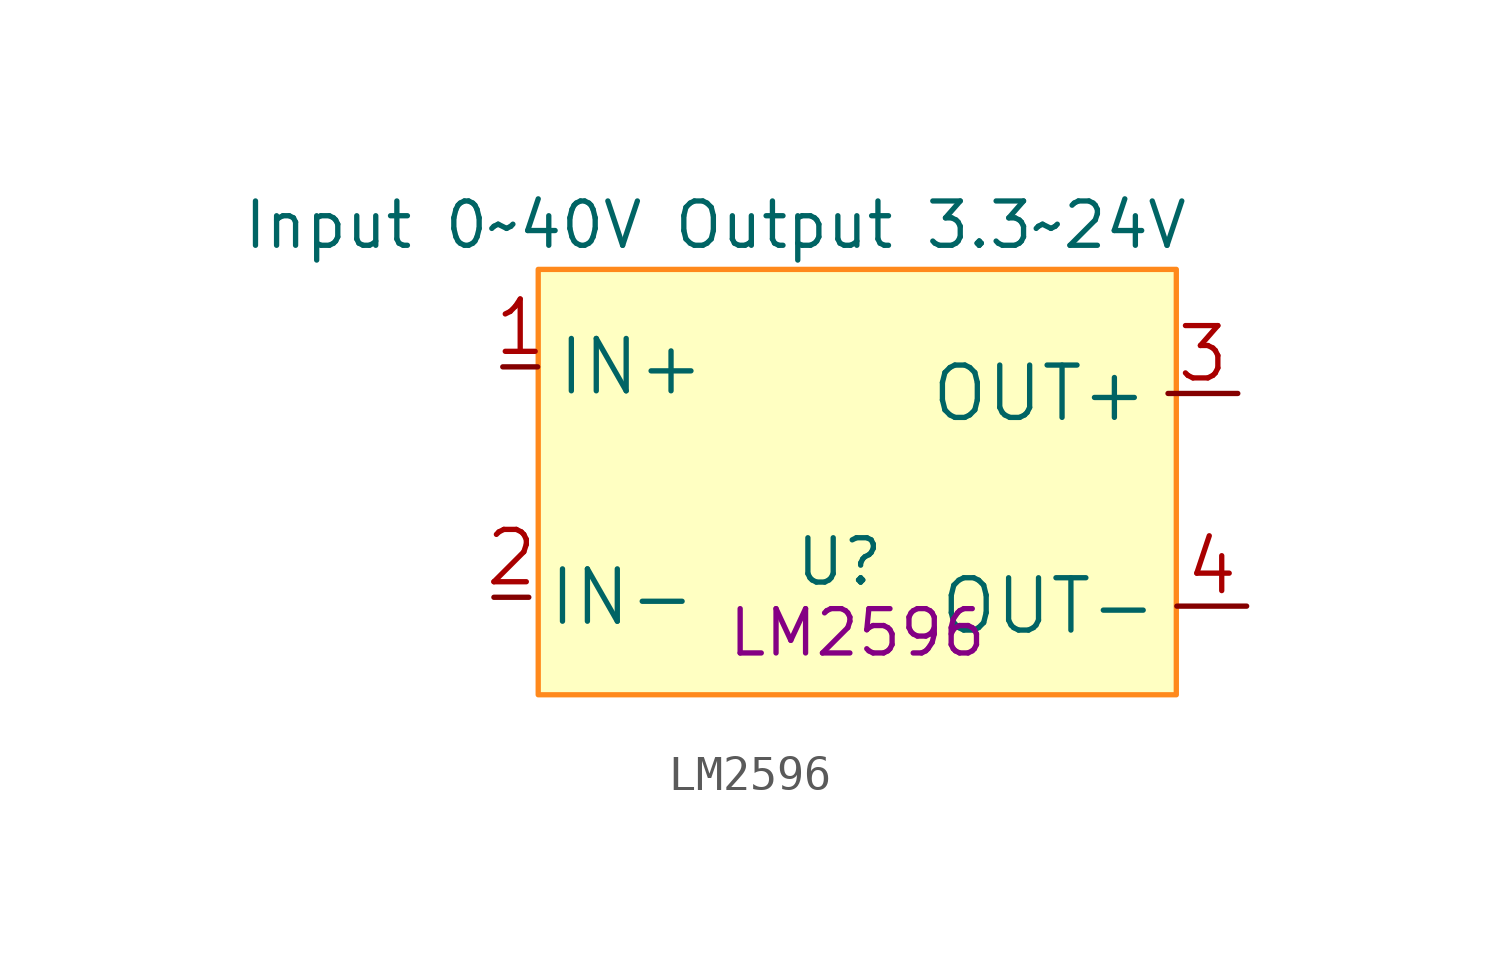
<source format=kicad_sym>
(kicad_symbol_lib
  (version 20220914)
  (generator kicad_symbol_editor)
  (symbol "LM2596"
    (property "Reference" "U"
      (at 3.556 -4.572 0)
      (effects (font (size 1.27 1.27))))
    (property "Value" "Input 0~40V Output 3.3~24V"
      (at 0 5.08 0)
      (effects (font (size 1.27 1.27))))
    (property "Name" "LM2596"
      (at 4.064 -6.604 0)
      (effects (font (size 1.27 1.27))))
    (symbol "LM2596_0_1"
      (rectangle (start -5.08 3.81) (end 13.208 -8.382) (stroke (width 0) (type default) (color 255 137 28 1)) (fill (type background))))
    (symbol "LM2596_1_1"
      (pin power_in line (at -6.096 1.016 0) (length 1) (name "IN+" (effects (font (size 1.5 1.5)))) (number "1" (effects (font (size 1.5 1.5)))))
      (pin power_in line (at -6.35 -5.588 0) (length 1) (name "IN-" (effects (font (size 1.5 1.5)))) (number "2" (effects (font (size 1.5 1.5)))))
      (pin power_out line (at 14.97 0.254 180) (length 2) (name "OUT+" (effects (font (size 1.5 1.5)))) (number "3" (effects (font (size 1.5 1.5)))))
      (pin power_out line (at 15.224 -5.842 180) (length 2) (name "OUT-" (effects (font (size 1.5 1.5)))) (number "4" (effects (font (size 1.5 1.5))))))))
</source>
